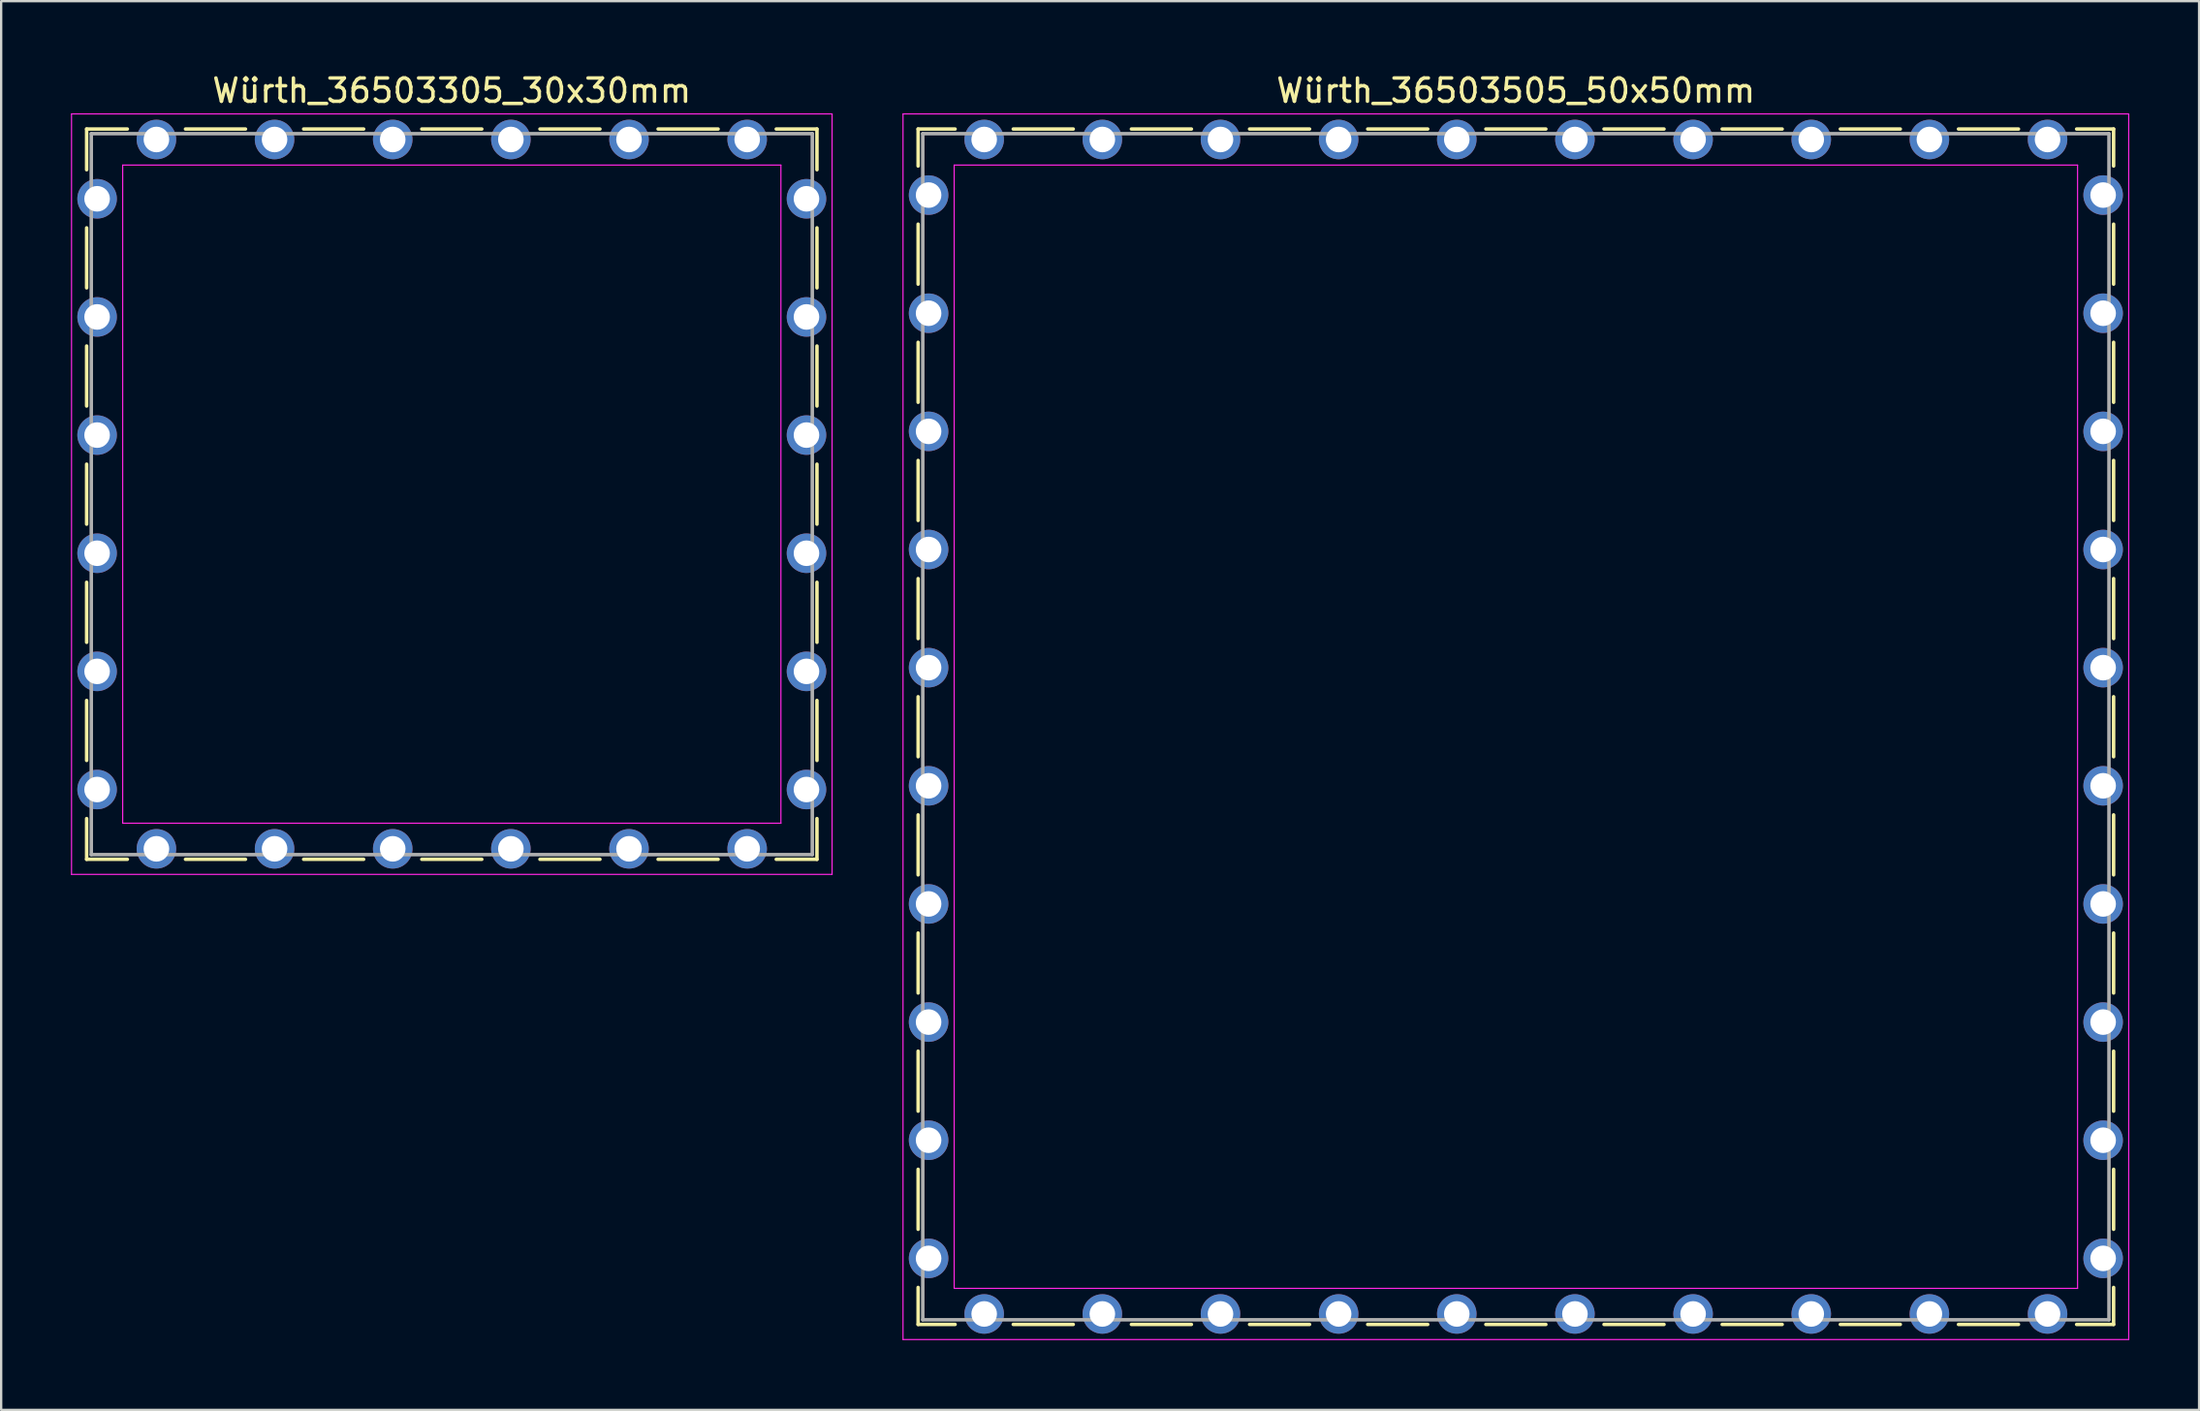
<source format=kicad_pcb>
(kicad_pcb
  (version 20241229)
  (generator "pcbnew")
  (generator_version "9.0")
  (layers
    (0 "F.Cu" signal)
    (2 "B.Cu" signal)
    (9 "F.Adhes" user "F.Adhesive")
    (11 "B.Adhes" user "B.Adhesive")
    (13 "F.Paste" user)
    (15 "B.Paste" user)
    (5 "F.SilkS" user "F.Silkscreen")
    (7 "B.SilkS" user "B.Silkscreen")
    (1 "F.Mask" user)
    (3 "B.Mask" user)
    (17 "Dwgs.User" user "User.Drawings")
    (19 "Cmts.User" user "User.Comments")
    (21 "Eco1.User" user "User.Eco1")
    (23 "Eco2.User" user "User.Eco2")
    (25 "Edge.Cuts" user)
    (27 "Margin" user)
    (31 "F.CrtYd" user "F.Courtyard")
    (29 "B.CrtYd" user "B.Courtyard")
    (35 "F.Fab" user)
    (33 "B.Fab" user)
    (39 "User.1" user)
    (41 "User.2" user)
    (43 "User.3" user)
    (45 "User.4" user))
  (footprint "Würth_36503505_50x50mm"
    (layer "F.Cu")
    (at 62.125 28.198)
    (property "Reference" "Würth_36503505_50x50mm" (at 0 -27.35 0) (layer "F.SilkS") (effects (font (size 1 1) (thickness 0.15))))
    (attr through_hole)
    (fp_line (start -25.7 -25.7) (end -24.11 -25.7) (stroke (width 0.15) (type solid)) (layer "F.SilkS"))
    (fp_line (start -25.7 -24.11) (end -25.7 -25.7) (stroke (width 0.15) (type solid)) (layer "F.SilkS"))
    (fp_line (start -25.7 -19.03) (end -25.7 -21.61) (stroke (width 0.15) (type solid)) (layer "F.SilkS"))
    (fp_line (start -25.7 -13.95) (end -25.7 -16.53) (stroke (width 0.15) (type solid)) (layer "F.SilkS"))
    (fp_line (start -25.7 -8.87) (end -25.7 -11.45) (stroke (width 0.15) (type solid)) (layer "F.SilkS"))
    (fp_line (start -25.7 -3.79) (end -25.7 -6.37) (stroke (width 0.15) (type solid)) (layer "F.SilkS"))
    (fp_line (start -25.7 -1.29) (end -25.7 1.29) (stroke (width 0.15) (type solid)) (layer "F.SilkS"))
    (fp_line (start -25.7 3.79) (end -25.7 6.37) (stroke (width 0.15) (type solid)) (layer "F.SilkS"))
    (fp_line (start -25.7 8.87) (end -25.7 11.45) (stroke (width 0.15) (type solid)) (layer "F.SilkS"))
    (fp_line (start -25.7 13.95) (end -25.7 16.53) (stroke (width 0.15) (type solid)) (layer "F.SilkS"))
    (fp_line (start -25.7 19.03) (end -25.7 21.61) (stroke (width 0.15) (type solid)) (layer "F.SilkS"))
    (fp_line (start -25.7 24.11) (end -25.7 25.7) (stroke (width 0.15) (type solid)) (layer "F.SilkS"))
    (fp_line (start -25.7 25.7) (end -24.11 25.7) (stroke (width 0.15) (type solid)) (layer "F.SilkS"))
    (fp_line (start -19.03 -25.7) (end -21.61 -25.7) (stroke (width 0.15) (type solid)) (layer "F.SilkS"))
    (fp_line (start -19.03 25.7) (end -21.61 25.7) (stroke (width 0.15) (type solid)) (layer "F.SilkS"))
    (fp_line (start -13.95 -25.7) (end -16.53 -25.7) (stroke (width 0.15) (type solid)) (layer "F.SilkS"))
    (fp_line (start -13.95 25.7) (end -16.53 25.7) (stroke (width 0.15) (type solid)) (layer "F.SilkS"))
    (fp_line (start -8.87 -25.7) (end -11.45 -25.7) (stroke (width 0.15) (type solid)) (layer "F.SilkS"))
    (fp_line (start -8.87 25.7) (end -11.45 25.7) (stroke (width 0.15) (type solid)) (layer "F.SilkS"))
    (fp_line (start -3.79 -25.7) (end -6.37 -25.7) (stroke (width 0.15) (type solid)) (layer "F.SilkS"))
    (fp_line (start -3.79 25.7) (end -6.37 25.7) (stroke (width 0.15) (type solid)) (layer "F.SilkS"))
    (fp_line (start 1.29 -25.7) (end -1.29 -25.7) (stroke (width 0.15) (type solid)) (layer "F.SilkS"))
    (fp_line (start 1.29 25.7) (end -1.29 25.7) (stroke (width 0.15) (type solid)) (layer "F.SilkS"))
    (fp_line (start 3.79 -25.7) (end 6.37 -25.7) (stroke (width 0.15) (type solid)) (layer "F.SilkS"))
    (fp_line (start 3.79 25.7) (end 6.37 25.7) (stroke (width 0.15) (type solid)) (layer "F.SilkS"))
    (fp_line (start 8.87 -25.7) (end 11.45 -25.7) (stroke (width 0.15) (type solid)) (layer "F.SilkS"))
    (fp_line (start 8.87 25.7) (end 11.45 25.7) (stroke (width 0.15) (type solid)) (layer "F.SilkS"))
    (fp_line (start 13.95 -25.7) (end 16.53 -25.7) (stroke (width 0.15) (type solid)) (layer "F.SilkS"))
    (fp_line (start 13.95 25.7) (end 16.53 25.7) (stroke (width 0.15) (type solid)) (layer "F.SilkS"))
    (fp_line (start 19.03 -25.7) (end 21.61 -25.7) (stroke (width 0.15) (type solid)) (layer "F.SilkS"))
    (fp_line (start 19.03 25.7) (end 21.61 25.7) (stroke (width 0.15) (type solid)) (layer "F.SilkS"))
    (fp_line (start 25.7 -25.7) (end 24.11 -25.7) (stroke (width 0.15) (type solid)) (layer "F.SilkS"))
    (fp_line (start 25.7 -24.11) (end 25.7 -25.7) (stroke (width 0.15) (type solid)) (layer "F.SilkS"))
    (fp_line (start 25.7 -19.03) (end 25.7 -21.61) (stroke (width 0.15) (type solid)) (layer "F.SilkS"))
    (fp_line (start 25.7 -13.95) (end 25.7 -16.53) (stroke (width 0.15) (type solid)) (layer "F.SilkS"))
    (fp_line (start 25.7 -8.87) (end 25.7 -11.45) (stroke (width 0.15) (type solid)) (layer "F.SilkS"))
    (fp_line (start 25.7 -3.79) (end 25.7 -6.37) (stroke (width 0.15) (type solid)) (layer "F.SilkS"))
    (fp_line (start 25.7 1.29) (end 25.7 -1.29) (stroke (width 0.15) (type solid)) (layer "F.SilkS"))
    (fp_line (start 25.7 3.79) (end 25.7 6.37) (stroke (width 0.15) (type solid)) (layer "F.SilkS"))
    (fp_line (start 25.7 8.87) (end 25.7 11.45) (stroke (width 0.15) (type solid)) (layer "F.SilkS"))
    (fp_line (start 25.7 13.95) (end 25.7 16.53) (stroke (width 0.15) (type solid)) (layer "F.SilkS"))
    (fp_line (start 25.7 19.03) (end 25.7 21.61) (stroke (width 0.15) (type solid)) (layer "F.SilkS"))
    (fp_line (start 25.7 24.11) (end 25.7 25.7) (stroke (width 0.15) (type solid)) (layer "F.SilkS"))
    (fp_line (start 25.7 25.7) (end 24.11 25.7) (stroke (width 0.15) (type solid)) (layer "F.SilkS"))
    (fp_line (start -26.35 -26.35) (end -26.35 26.35) (stroke (width 0.05) (type solid)) (layer "F.CrtYd"))
    (fp_line (start -26.35 26.35) (end 26.35 26.35) (stroke (width 0.05) (type solid)) (layer "F.CrtYd"))
    (fp_line (start -24.15 -24.15) (end -24.15 24.15) (stroke (width 0.05) (type solid)) (layer "F.CrtYd"))
    (fp_line (start -24.15 24.15) (end 24.15 24.15) (stroke (width 0.05) (type solid)) (layer "F.CrtYd"))
    (fp_line (start 24.15 -24.15) (end -24.15 -24.15) (stroke (width 0.05) (type solid)) (layer "F.CrtYd"))
    (fp_line (start 24.15 24.15) (end 24.15 -24.15) (stroke (width 0.05) (type solid)) (layer "F.CrtYd"))
    (fp_line (start 26.35 -26.35) (end -26.35 -26.35) (stroke (width 0.05) (type solid)) (layer "F.CrtYd"))
    (fp_line (start 26.35 26.35) (end 26.35 -26.35) (stroke (width 0.05) (type solid)) (layer "F.CrtYd"))
    (fp_line (start -25.5 -25.5) (end -25.5 25.5) (stroke (width 0.15) (type solid)) (layer "F.Fab"))
    (fp_line (start -25.5 25.5) (end 25.5 25.5) (stroke (width 0.15) (type solid)) (layer "F.Fab"))
    (fp_line (start 25.5 -25.5) (end -25.5 -25.5) (stroke (width 0.15) (type solid)) (layer "F.Fab"))
    (fp_line (start 25.5 25.5) (end 25.5 -25.5) (stroke (width 0.15) (type solid)) (layer "F.Fab"))
    (pad "1" thru_hole circle (at -25.25 -22.86) (size 1.7 1.7) (drill 1.1) (layers "*.Cu" "*.Mask"))
    (pad "1" thru_hole circle (at -25.25 -17.78) (size 1.7 1.7) (drill 1.1) (layers "*.Cu" "*.Mask"))
    (pad "1" thru_hole circle (at -25.25 -12.7) (size 1.7 1.7) (drill 1.1) (layers "*.Cu" "*.Mask"))
    (pad "1" thru_hole circle (at -25.25 -7.62) (size 1.7 1.7) (drill 1.1) (layers "*.Cu" "*.Mask"))
    (pad "1" thru_hole circle (at -25.25 -2.54) (size 1.7 1.7) (drill 1.1) (layers "*.Cu" "*.Mask"))
    (pad "1" thru_hole circle (at -25.25 2.54) (size 1.7 1.7) (drill 1.1) (layers "*.Cu" "*.Mask"))
    (pad "1" thru_hole circle (at -25.25 7.62) (size 1.7 1.7) (drill 1.1) (layers "*.Cu" "*.Mask"))
    (pad "1" thru_hole circle (at -25.25 12.7) (size 1.7 1.7) (drill 1.1) (layers "*.Cu" "*.Mask"))
    (pad "1" thru_hole circle (at -25.25 17.78) (size 1.7 1.7) (drill 1.1) (layers "*.Cu" "*.Mask"))
    (pad "1" thru_hole circle (at -25.25 22.86) (size 1.7 1.7) (drill 1.1) (layers "*.Cu" "*.Mask"))
    (pad "1" thru_hole circle (at -22.86 -25.25) (size 1.7 1.7) (drill 1.1) (layers "*.Cu" "*.Mask"))
    (pad "1" thru_hole circle (at -22.86 25.25) (size 1.7 1.7) (drill 1.1) (layers "*.Cu" "*.Mask"))
    (pad "1" thru_hole circle (at -17.78 -25.25) (size 1.7 1.7) (drill 1.1) (layers "*.Cu" "*.Mask"))
    (pad "1" thru_hole circle (at -17.78 25.25) (size 1.7 1.7) (drill 1.1) (layers "*.Cu" "*.Mask"))
    (pad "1" thru_hole circle (at -12.7 -25.25) (size 1.7 1.7) (drill 1.1) (layers "*.Cu" "*.Mask"))
    (pad "1" thru_hole circle (at -12.7 25.25) (size 1.7 1.7) (drill 1.1) (layers "*.Cu" "*.Mask"))
    (pad "1" thru_hole circle (at -7.62 -25.25) (size 1.7 1.7) (drill 1.1) (layers "*.Cu" "*.Mask"))
    (pad "1" thru_hole circle (at -7.62 25.25) (size 1.7 1.7) (drill 1.1) (layers "*.Cu" "*.Mask"))
    (pad "1" thru_hole circle (at -2.54 -25.25) (size 1.7 1.7) (drill 1.1) (layers "*.Cu" "*.Mask"))
    (pad "1" thru_hole circle (at -2.54 25.25) (size 1.7 1.7) (drill 1.1) (layers "*.Cu" "*.Mask"))
    (pad "1" thru_hole circle (at 2.54 -25.25) (size 1.7 1.7) (drill 1.1) (layers "*.Cu" "*.Mask"))
    (pad "1" thru_hole circle (at 2.54 25.25) (size 1.7 1.7) (drill 1.1) (layers "*.Cu" "*.Mask"))
    (pad "1" thru_hole circle (at 7.62 -25.25) (size 1.7 1.7) (drill 1.1) (layers "*.Cu" "*.Mask"))
    (pad "1" thru_hole circle (at 7.62 25.25) (size 1.7 1.7) (drill 1.1) (layers "*.Cu" "*.Mask"))
    (pad "1" thru_hole circle (at 12.7 -25.25) (size 1.7 1.7) (drill 1.1) (layers "*.Cu" "*.Mask"))
    (pad "1" thru_hole circle (at 12.7 25.25) (size 1.7 1.7) (drill 1.1) (layers "*.Cu" "*.Mask"))
    (pad "1" thru_hole circle (at 17.78 -25.25) (size 1.7 1.7) (drill 1.1) (layers "*.Cu" "*.Mask"))
    (pad "1" thru_hole circle (at 17.78 25.25) (size 1.7 1.7) (drill 1.1) (layers "*.Cu" "*.Mask"))
    (pad "1" thru_hole circle (at 22.86 -25.25) (size 1.7 1.7) (drill 1.1) (layers "*.Cu" "*.Mask"))
    (pad "1" thru_hole circle (at 22.86 25.25) (size 1.7 1.7) (drill 1.1) (layers "*.Cu" "*.Mask"))
    (pad "1" thru_hole circle (at 25.25 -22.86) (size 1.7 1.7) (drill 1.1) (layers "*.Cu" "*.Mask"))
    (pad "1" thru_hole circle (at 25.25 -17.78) (size 1.7 1.7) (drill 1.1) (layers "*.Cu" "*.Mask"))
    (pad "1" thru_hole circle (at 25.25 -12.7) (size 1.7 1.7) (drill 1.1) (layers "*.Cu" "*.Mask"))
    (pad "1" thru_hole circle (at 25.25 -7.62) (size 1.7 1.7) (drill 1.1) (layers "*.Cu" "*.Mask"))
    (pad "1" thru_hole circle (at 25.25 -2.54) (size 1.7 1.7) (drill 1.1) (layers "*.Cu" "*.Mask"))
    (pad "1" thru_hole circle (at 25.25 2.54) (size 1.7 1.7) (drill 1.1) (layers "*.Cu" "*.Mask"))
    (pad "1" thru_hole circle (at 25.25 7.62) (size 1.7 1.7) (drill 1.1) (layers "*.Cu" "*.Mask"))
    (pad "1" thru_hole circle (at 25.25 12.7) (size 1.7 1.7) (drill 1.1) (layers "*.Cu" "*.Mask"))
    (pad "1" thru_hole circle (at 25.25 17.78) (size 1.7 1.7) (drill 1.1) (layers "*.Cu" "*.Mask"))
    (pad "1" thru_hole circle (at 25.25 22.86) (size 1.7 1.7) (drill 1.1) (layers "*.Cu" "*.Mask")))
  (footprint "Würth_36503305_30x30mm"
    (layer "F.Cu")
    (at 16.375 18.198)
    (property "Reference" "Würth_36503305_30x30mm" (at 0 -17.35 0) (layer "F.SilkS") (effects (font (size 1 1) (thickness 0.15))))
    (attr through_hole)
    (fp_line (start -15.7 -15.7) (end -13.95 -15.7) (stroke (width 0.15) (type solid)) (layer "F.SilkS"))
    (fp_line (start -15.7 -13.95) (end -15.7 -15.7) (stroke (width 0.15) (type solid)) (layer "F.SilkS"))
    (fp_line (start -15.7 -8.87) (end -15.7 -11.45) (stroke (width 0.15) (type solid)) (layer "F.SilkS"))
    (fp_line (start -15.7 -3.79) (end -15.7 -6.37) (stroke (width 0.15) (type solid)) (layer "F.SilkS"))
    (fp_line (start -15.7 -1.29) (end -15.7 1.29) (stroke (width 0.15) (type solid)) (layer "F.SilkS"))
    (fp_line (start -15.7 3.79) (end -15.7 6.37) (stroke (width 0.15) (type solid)) (layer "F.SilkS"))
    (fp_line (start -15.7 8.87) (end -15.7 11.45) (stroke (width 0.15) (type solid)) (layer "F.SilkS"))
    (fp_line (start -15.7 13.95) (end -15.7 15.7) (stroke (width 0.15) (type solid)) (layer "F.SilkS"))
    (fp_line (start -15.7 15.7) (end -13.95 15.7) (stroke (width 0.15) (type solid)) (layer "F.SilkS"))
    (fp_line (start -8.87 -15.7) (end -11.45 -15.7) (stroke (width 0.15) (type solid)) (layer "F.SilkS"))
    (fp_line (start -8.87 15.7) (end -11.45 15.7) (stroke (width 0.15) (type solid)) (layer "F.SilkS"))
    (fp_line (start -3.79 -15.7) (end -6.37 -15.7) (stroke (width 0.15) (type solid)) (layer "F.SilkS"))
    (fp_line (start -3.79 15.7) (end -6.37 15.7) (stroke (width 0.15) (type solid)) (layer "F.SilkS"))
    (fp_line (start 1.29 -15.7) (end -1.29 -15.7) (stroke (width 0.15) (type solid)) (layer "F.SilkS"))
    (fp_line (start 1.29 15.7) (end -1.29 15.7) (stroke (width 0.15) (type solid)) (layer "F.SilkS"))
    (fp_line (start 3.79 -15.7) (end 6.37 -15.7) (stroke (width 0.15) (type solid)) (layer "F.SilkS"))
    (fp_line (start 3.79 15.7) (end 6.37 15.7) (stroke (width 0.15) (type solid)) (layer "F.SilkS"))
    (fp_line (start 8.87 -15.7) (end 11.45 -15.7) (stroke (width 0.15) (type solid)) (layer "F.SilkS"))
    (fp_line (start 8.87 15.7) (end 11.45 15.7) (stroke (width 0.15) (type solid)) (layer "F.SilkS"))
    (fp_line (start 15.7 -15.7) (end 13.95 -15.7) (stroke (width 0.15) (type solid)) (layer "F.SilkS"))
    (fp_line (start 15.7 -13.95) (end 15.7 -15.7) (stroke (width 0.15) (type solid)) (layer "F.SilkS"))
    (fp_line (start 15.7 -8.87) (end 15.7 -11.45) (stroke (width 0.15) (type solid)) (layer "F.SilkS"))
    (fp_line (start 15.7 -3.79) (end 15.7 -6.37) (stroke (width 0.15) (type solid)) (layer "F.SilkS"))
    (fp_line (start 15.7 1.29) (end 15.7 -1.29) (stroke (width 0.15) (type solid)) (layer "F.SilkS"))
    (fp_line (start 15.7 3.79) (end 15.7 6.37) (stroke (width 0.15) (type solid)) (layer "F.SilkS"))
    (fp_line (start 15.7 8.87) (end 15.7 11.45) (stroke (width 0.15) (type solid)) (layer "F.SilkS"))
    (fp_line (start 15.7 13.95) (end 15.7 15.7) (stroke (width 0.15) (type solid)) (layer "F.SilkS"))
    (fp_line (start 15.7 15.7) (end 13.95 15.7) (stroke (width 0.15) (type solid)) (layer "F.SilkS"))
    (fp_line (start -16.35 -16.35) (end -16.35 16.35) (stroke (width 0.05) (type solid)) (layer "F.CrtYd"))
    (fp_line (start -16.35 16.35) (end 16.35 16.35) (stroke (width 0.05) (type solid)) (layer "F.CrtYd"))
    (fp_line (start -14.15 -14.15) (end -14.15 14.15) (stroke (width 0.05) (type solid)) (layer "F.CrtYd"))
    (fp_line (start -14.15 14.15) (end 14.15 14.15) (stroke (width 0.05) (type solid)) (layer "F.CrtYd"))
    (fp_line (start 14.15 -14.15) (end -14.15 -14.15) (stroke (width 0.05) (type solid)) (layer "F.CrtYd"))
    (fp_line (start 14.15 14.15) (end 14.15 -14.15) (stroke (width 0.05) (type solid)) (layer "F.CrtYd"))
    (fp_line (start 16.35 -16.35) (end -16.35 -16.35) (stroke (width 0.05) (type solid)) (layer "F.CrtYd"))
    (fp_line (start 16.35 16.35) (end 16.35 -16.35) (stroke (width 0.05) (type solid)) (layer "F.CrtYd"))
    (fp_line (start -15.5 -15.5) (end -15.5 15.5) (stroke (width 0.15) (type solid)) (layer "F.Fab"))
    (fp_line (start -15.5 15.5) (end 15.5 15.5) (stroke (width 0.15) (type solid)) (layer "F.Fab"))
    (fp_line (start 15.5 -15.5) (end -15.5 -15.5) (stroke (width 0.15) (type solid)) (layer "F.Fab"))
    (fp_line (start 15.5 15.5) (end 15.5 -15.5) (stroke (width 0.15) (type solid)) (layer "F.Fab"))
    (pad "1" thru_hole circle (at -15.25 -12.7) (size 1.7 1.7) (drill 1.1) (layers "*.Cu" "*.Mask"))
    (pad "1" thru_hole circle (at -15.25 -7.62) (size 1.7 1.7) (drill 1.1) (layers "*.Cu" "*.Mask"))
    (pad "1" thru_hole circle (at -15.25 -2.54) (size 1.7 1.7) (drill 1.1) (layers "*.Cu" "*.Mask"))
    (pad "1" thru_hole circle (at -15.25 2.54) (size 1.7 1.7) (drill 1.1) (layers "*.Cu" "*.Mask"))
    (pad "1" thru_hole circle (at -15.25 7.62) (size 1.7 1.7) (drill 1.1) (layers "*.Cu" "*.Mask"))
    (pad "1" thru_hole circle (at -15.25 12.7) (size 1.7 1.7) (drill 1.1) (layers "*.Cu" "*.Mask"))
    (pad "1" thru_hole circle (at -12.7 -15.25) (size 1.7 1.7) (drill 1.1) (layers "*.Cu" "*.Mask"))
    (pad "1" thru_hole circle (at -12.7 15.25) (size 1.7 1.7) (drill 1.1) (layers "*.Cu" "*.Mask"))
    (pad "1" thru_hole circle (at -7.62 -15.25) (size 1.7 1.7) (drill 1.1) (layers "*.Cu" "*.Mask"))
    (pad "1" thru_hole circle (at -7.62 15.25) (size 1.7 1.7) (drill 1.1) (layers "*.Cu" "*.Mask"))
    (pad "1" thru_hole circle (at -2.54 -15.25) (size 1.7 1.7) (drill 1.1) (layers "*.Cu" "*.Mask"))
    (pad "1" thru_hole circle (at -2.54 15.25) (size 1.7 1.7) (drill 1.1) (layers "*.Cu" "*.Mask"))
    (pad "1" thru_hole circle (at 2.54 -15.25) (size 1.7 1.7) (drill 1.1) (layers "*.Cu" "*.Mask"))
    (pad "1" thru_hole circle (at 2.54 15.25) (size 1.7 1.7) (drill 1.1) (layers "*.Cu" "*.Mask"))
    (pad "1" thru_hole circle (at 7.62 -15.25) (size 1.7 1.7) (drill 1.1) (layers "*.Cu" "*.Mask"))
    (pad "1" thru_hole circle (at 7.62 15.25) (size 1.7 1.7) (drill 1.1) (layers "*.Cu" "*.Mask"))
    (pad "1" thru_hole circle (at 12.7 -15.25) (size 1.7 1.7) (drill 1.1) (layers "*.Cu" "*.Mask"))
    (pad "1" thru_hole circle (at 12.7 15.25) (size 1.7 1.7) (drill 1.1) (layers "*.Cu" "*.Mask"))
    (pad "1" thru_hole circle (at 15.25 -12.7) (size 1.7 1.7) (drill 1.1) (layers "*.Cu" "*.Mask"))
    (pad "1" thru_hole circle (at 15.25 -7.62) (size 1.7 1.7) (drill 1.1) (layers "*.Cu" "*.Mask"))
    (pad "1" thru_hole circle (at 15.25 -2.54) (size 1.7 1.7) (drill 1.1) (layers "*.Cu" "*.Mask"))
    (pad "1" thru_hole circle (at 15.25 2.54) (size 1.7 1.7) (drill 1.1) (layers "*.Cu" "*.Mask"))
    (pad "1" thru_hole circle (at 15.25 7.62) (size 1.7 1.7) (drill 1.1) (layers "*.Cu" "*.Mask"))
    (pad "1" thru_hole circle (at 15.25 12.7) (size 1.7 1.7) (drill 1.1) (layers "*.Cu" "*.Mask")))
  (gr_rect
    (start -3 -3)
    (end 91.5 57.573)
    (stroke (width 0.1) (type default))
    (fill no)
    (layer "Edge.Cuts")))
</source>
